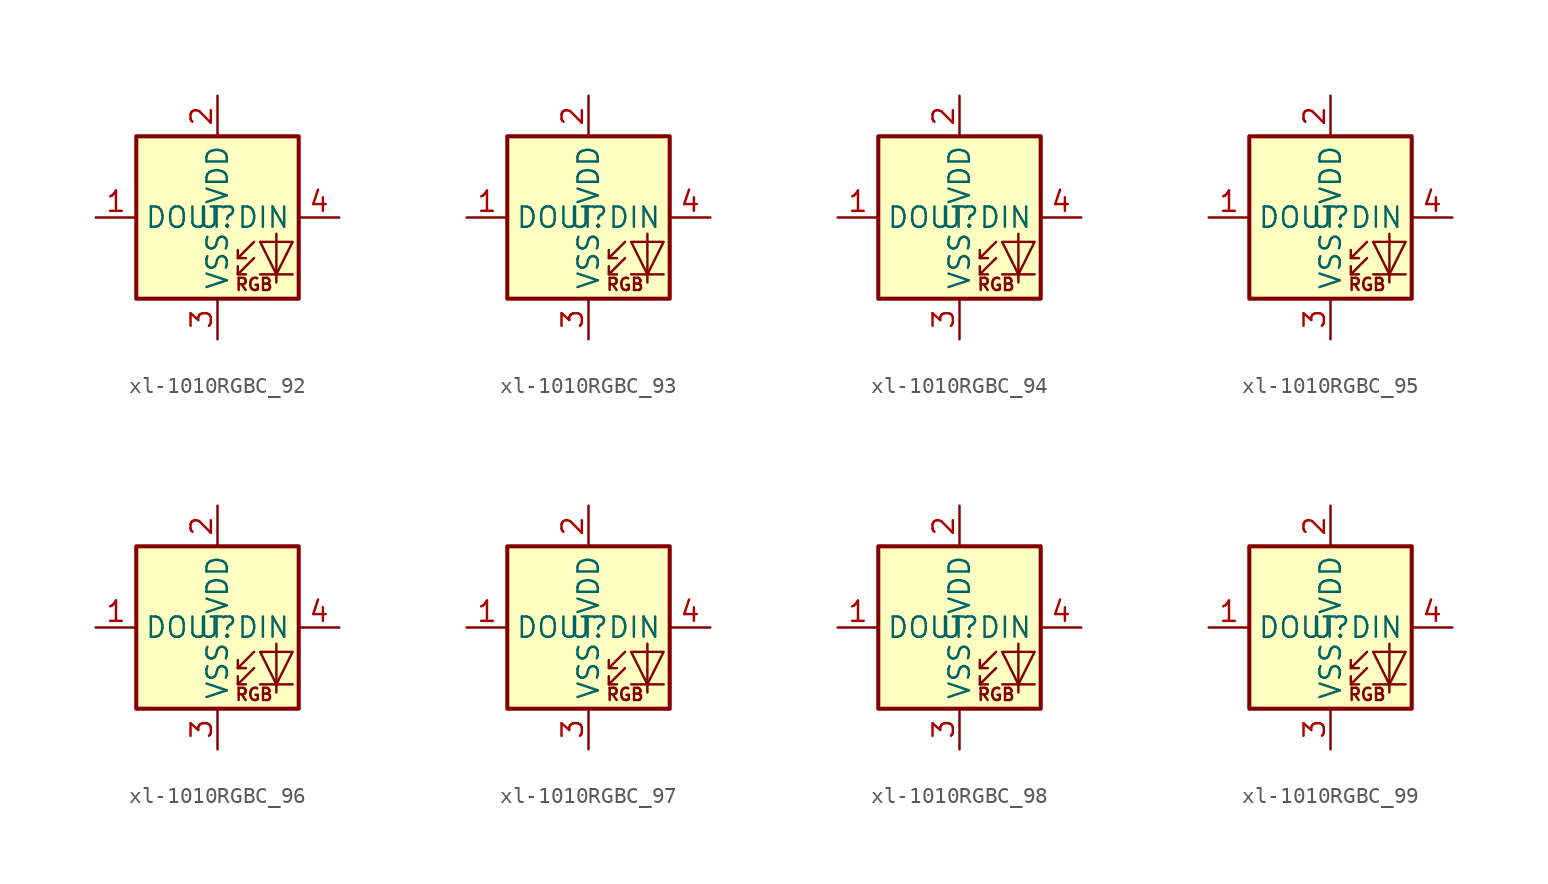
<source format=kicad_sym>
(kicad_symbol_lib
  (version 20231120)
  (generator "kicad_symbol_editor")
  (generator_version "8.0")
  (symbol "xl-1010RGBC_92"
    (property "Reference" "U"
      (at 0 0 0)
      (effects (font (size 1.27 1.27))))
    (property "Value" ""
      (at 0 0 0)
      (effects (font (size 1.27 1.27))))
    (symbol "xl-1010RGBC_92_0_0"
      (text "RGB" (at 2.286 -4.191 0) (effects (font (size 0.762 0.762)))))
    (symbol "xl-1010RGBC_92_0_1"
      (polyline (pts (xy 1.27 -3.556) (xy 1.778 -3.556)) (stroke (width 0) (type default)) (fill (type none)))
      (polyline (pts (xy 1.27 -2.54) (xy 1.778 -2.54)) (stroke (width 0) (type default)) (fill (type none)))
      (polyline (pts (xy 4.699 -3.556) (xy 2.667 -3.556)) (stroke (width 0) (type default)) (fill (type none)))
      (polyline (pts (xy 2.286 -2.54) (xy 1.27 -3.556) (xy 1.27 -3.048)) (stroke (width 0) (type default)) (fill (type none)))
      (polyline (pts (xy 2.286 -1.524) (xy 1.27 -2.54) (xy 1.27 -2.032)) (stroke (width 0) (type default)) (fill (type none)))
      (polyline (pts (xy 3.683 -1.016) (xy 3.683 -3.556) (xy 3.683 -4.064)) (stroke (width 0) (type default)) (fill (type none)))
      (polyline (pts (xy 4.699 -1.524) (xy 2.667 -1.524) (xy 3.683 -3.556) (xy 4.699 -1.524)) (stroke (width 0) (type default)) (fill (type none)))
      (rectangle (start 5.08 5.08) (end -5.08 -5.08) (stroke (width 0.254) (type default)) (fill (type background))))
    (symbol "xl-1010RGBC_92_1_1"
      (pin output line (at -7.62 0 0) (length 2.54) (name "DOUT" (effects (font (size 1.27 1.27)))) (number "1" (effects (font (size 1.27 1.27)))))
      (pin power_in line (at 0 7.62 270) (length 2.54) (name "VDD" (effects (font (size 1.27 1.27)))) (number "2" (effects (font (size 1.27 1.27)))))
      (pin power_in line (at 0 -7.62 90) (length 2.54) (name "VSS" (effects (font (size 1.27 1.27)))) (number "3" (effects (font (size 1.27 1.27)))))
      (pin input line (at 7.62 0 180) (length 2.54) (name "DIN" (effects (font (size 1.27 1.27)))) (number "4" (effects (font (size 1.27 1.27)))))))
  (symbol "xl-1010RGBC_93"
    (property "Reference" "U"
      (at 0 0 0)
      (effects (font (size 1.27 1.27))))
    (property "Value" ""
      (at 0 0 0)
      (effects (font (size 1.27 1.27))))
    (symbol "xl-1010RGBC_93_0_0"
      (text "RGB" (at 2.286 -4.191 0) (effects (font (size 0.762 0.762)))))
    (symbol "xl-1010RGBC_93_0_1"
      (polyline (pts (xy 1.27 -3.556) (xy 1.778 -3.556)) (stroke (width 0) (type default)) (fill (type none)))
      (polyline (pts (xy 1.27 -2.54) (xy 1.778 -2.54)) (stroke (width 0) (type default)) (fill (type none)))
      (polyline (pts (xy 4.699 -3.556) (xy 2.667 -3.556)) (stroke (width 0) (type default)) (fill (type none)))
      (polyline (pts (xy 2.286 -2.54) (xy 1.27 -3.556) (xy 1.27 -3.048)) (stroke (width 0) (type default)) (fill (type none)))
      (polyline (pts (xy 2.286 -1.524) (xy 1.27 -2.54) (xy 1.27 -2.032)) (stroke (width 0) (type default)) (fill (type none)))
      (polyline (pts (xy 3.683 -1.016) (xy 3.683 -3.556) (xy 3.683 -4.064)) (stroke (width 0) (type default)) (fill (type none)))
      (polyline (pts (xy 4.699 -1.524) (xy 2.667 -1.524) (xy 3.683 -3.556) (xy 4.699 -1.524)) (stroke (width 0) (type default)) (fill (type none)))
      (rectangle (start 5.08 5.08) (end -5.08 -5.08) (stroke (width 0.254) (type default)) (fill (type background))))
    (symbol "xl-1010RGBC_93_1_1"
      (pin output line (at -7.62 0 0) (length 2.54) (name "DOUT" (effects (font (size 1.27 1.27)))) (number "1" (effects (font (size 1.27 1.27)))))
      (pin power_in line (at 0 7.62 270) (length 2.54) (name "VDD" (effects (font (size 1.27 1.27)))) (number "2" (effects (font (size 1.27 1.27)))))
      (pin power_in line (at 0 -7.62 90) (length 2.54) (name "VSS" (effects (font (size 1.27 1.27)))) (number "3" (effects (font (size 1.27 1.27)))))
      (pin input line (at 7.62 0 180) (length 2.54) (name "DIN" (effects (font (size 1.27 1.27)))) (number "4" (effects (font (size 1.27 1.27)))))))
  (symbol "xl-1010RGBC_94"
    (property "Reference" "U"
      (at 0 0 0)
      (effects (font (size 1.27 1.27))))
    (property "Value" ""
      (at 0 0 0)
      (effects (font (size 1.27 1.27))))
    (symbol "xl-1010RGBC_94_0_0"
      (text "RGB" (at 2.286 -4.191 0) (effects (font (size 0.762 0.762)))))
    (symbol "xl-1010RGBC_94_0_1"
      (polyline (pts (xy 1.27 -3.556) (xy 1.778 -3.556)) (stroke (width 0) (type default)) (fill (type none)))
      (polyline (pts (xy 1.27 -2.54) (xy 1.778 -2.54)) (stroke (width 0) (type default)) (fill (type none)))
      (polyline (pts (xy 4.699 -3.556) (xy 2.667 -3.556)) (stroke (width 0) (type default)) (fill (type none)))
      (polyline (pts (xy 2.286 -2.54) (xy 1.27 -3.556) (xy 1.27 -3.048)) (stroke (width 0) (type default)) (fill (type none)))
      (polyline (pts (xy 2.286 -1.524) (xy 1.27 -2.54) (xy 1.27 -2.032)) (stroke (width 0) (type default)) (fill (type none)))
      (polyline (pts (xy 3.683 -1.016) (xy 3.683 -3.556) (xy 3.683 -4.064)) (stroke (width 0) (type default)) (fill (type none)))
      (polyline (pts (xy 4.699 -1.524) (xy 2.667 -1.524) (xy 3.683 -3.556) (xy 4.699 -1.524)) (stroke (width 0) (type default)) (fill (type none)))
      (rectangle (start 5.08 5.08) (end -5.08 -5.08) (stroke (width 0.254) (type default)) (fill (type background))))
    (symbol "xl-1010RGBC_94_1_1"
      (pin output line (at -7.62 0 0) (length 2.54) (name "DOUT" (effects (font (size 1.27 1.27)))) (number "1" (effects (font (size 1.27 1.27)))))
      (pin power_in line (at 0 7.62 270) (length 2.54) (name "VDD" (effects (font (size 1.27 1.27)))) (number "2" (effects (font (size 1.27 1.27)))))
      (pin power_in line (at 0 -7.62 90) (length 2.54) (name "VSS" (effects (font (size 1.27 1.27)))) (number "3" (effects (font (size 1.27 1.27)))))
      (pin input line (at 7.62 0 180) (length 2.54) (name "DIN" (effects (font (size 1.27 1.27)))) (number "4" (effects (font (size 1.27 1.27)))))))
  (symbol "xl-1010RGBC_95"
    (property "Reference" "U"
      (at 0 0 0)
      (effects (font (size 1.27 1.27))))
    (property "Value" ""
      (at 0 0 0)
      (effects (font (size 1.27 1.27))))
    (symbol "xl-1010RGBC_95_0_0"
      (text "RGB" (at 2.286 -4.191 0) (effects (font (size 0.762 0.762)))))
    (symbol "xl-1010RGBC_95_0_1"
      (polyline (pts (xy 1.27 -3.556) (xy 1.778 -3.556)) (stroke (width 0) (type default)) (fill (type none)))
      (polyline (pts (xy 1.27 -2.54) (xy 1.778 -2.54)) (stroke (width 0) (type default)) (fill (type none)))
      (polyline (pts (xy 4.699 -3.556) (xy 2.667 -3.556)) (stroke (width 0) (type default)) (fill (type none)))
      (polyline (pts (xy 2.286 -2.54) (xy 1.27 -3.556) (xy 1.27 -3.048)) (stroke (width 0) (type default)) (fill (type none)))
      (polyline (pts (xy 2.286 -1.524) (xy 1.27 -2.54) (xy 1.27 -2.032)) (stroke (width 0) (type default)) (fill (type none)))
      (polyline (pts (xy 3.683 -1.016) (xy 3.683 -3.556) (xy 3.683 -4.064)) (stroke (width 0) (type default)) (fill (type none)))
      (polyline (pts (xy 4.699 -1.524) (xy 2.667 -1.524) (xy 3.683 -3.556) (xy 4.699 -1.524)) (stroke (width 0) (type default)) (fill (type none)))
      (rectangle (start 5.08 5.08) (end -5.08 -5.08) (stroke (width 0.254) (type default)) (fill (type background))))
    (symbol "xl-1010RGBC_95_1_1"
      (pin output line (at -7.62 0 0) (length 2.54) (name "DOUT" (effects (font (size 1.27 1.27)))) (number "1" (effects (font (size 1.27 1.27)))))
      (pin power_in line (at 0 7.62 270) (length 2.54) (name "VDD" (effects (font (size 1.27 1.27)))) (number "2" (effects (font (size 1.27 1.27)))))
      (pin power_in line (at 0 -7.62 90) (length 2.54) (name "VSS" (effects (font (size 1.27 1.27)))) (number "3" (effects (font (size 1.27 1.27)))))
      (pin input line (at 7.62 0 180) (length 2.54) (name "DIN" (effects (font (size 1.27 1.27)))) (number "4" (effects (font (size 1.27 1.27)))))))
  (symbol "xl-1010RGBC_96"
    (property "Reference" "U"
      (at 0 0 0)
      (effects (font (size 1.27 1.27))))
    (property "Value" ""
      (at 0 0 0)
      (effects (font (size 1.27 1.27))))
    (symbol "xl-1010RGBC_96_0_0"
      (text "RGB" (at 2.286 -4.191 0) (effects (font (size 0.762 0.762)))))
    (symbol "xl-1010RGBC_96_0_1"
      (polyline (pts (xy 1.27 -3.556) (xy 1.778 -3.556)) (stroke (width 0) (type default)) (fill (type none)))
      (polyline (pts (xy 1.27 -2.54) (xy 1.778 -2.54)) (stroke (width 0) (type default)) (fill (type none)))
      (polyline (pts (xy 4.699 -3.556) (xy 2.667 -3.556)) (stroke (width 0) (type default)) (fill (type none)))
      (polyline (pts (xy 2.286 -2.54) (xy 1.27 -3.556) (xy 1.27 -3.048)) (stroke (width 0) (type default)) (fill (type none)))
      (polyline (pts (xy 2.286 -1.524) (xy 1.27 -2.54) (xy 1.27 -2.032)) (stroke (width 0) (type default)) (fill (type none)))
      (polyline (pts (xy 3.683 -1.016) (xy 3.683 -3.556) (xy 3.683 -4.064)) (stroke (width 0) (type default)) (fill (type none)))
      (polyline (pts (xy 4.699 -1.524) (xy 2.667 -1.524) (xy 3.683 -3.556) (xy 4.699 -1.524)) (stroke (width 0) (type default)) (fill (type none)))
      (rectangle (start 5.08 5.08) (end -5.08 -5.08) (stroke (width 0.254) (type default)) (fill (type background))))
    (symbol "xl-1010RGBC_96_1_1"
      (pin output line (at -7.62 0 0) (length 2.54) (name "DOUT" (effects (font (size 1.27 1.27)))) (number "1" (effects (font (size 1.27 1.27)))))
      (pin power_in line (at 0 7.62 270) (length 2.54) (name "VDD" (effects (font (size 1.27 1.27)))) (number "2" (effects (font (size 1.27 1.27)))))
      (pin power_in line (at 0 -7.62 90) (length 2.54) (name "VSS" (effects (font (size 1.27 1.27)))) (number "3" (effects (font (size 1.27 1.27)))))
      (pin input line (at 7.62 0 180) (length 2.54) (name "DIN" (effects (font (size 1.27 1.27)))) (number "4" (effects (font (size 1.27 1.27)))))))
  (symbol "xl-1010RGBC_97"
    (property "Reference" "U"
      (at 0 0 0)
      (effects (font (size 1.27 1.27))))
    (property "Value" ""
      (at 0 0 0)
      (effects (font (size 1.27 1.27))))
    (symbol "xl-1010RGBC_97_0_0"
      (text "RGB" (at 2.286 -4.191 0) (effects (font (size 0.762 0.762)))))
    (symbol "xl-1010RGBC_97_0_1"
      (polyline (pts (xy 1.27 -3.556) (xy 1.778 -3.556)) (stroke (width 0) (type default)) (fill (type none)))
      (polyline (pts (xy 1.27 -2.54) (xy 1.778 -2.54)) (stroke (width 0) (type default)) (fill (type none)))
      (polyline (pts (xy 4.699 -3.556) (xy 2.667 -3.556)) (stroke (width 0) (type default)) (fill (type none)))
      (polyline (pts (xy 2.286 -2.54) (xy 1.27 -3.556) (xy 1.27 -3.048)) (stroke (width 0) (type default)) (fill (type none)))
      (polyline (pts (xy 2.286 -1.524) (xy 1.27 -2.54) (xy 1.27 -2.032)) (stroke (width 0) (type default)) (fill (type none)))
      (polyline (pts (xy 3.683 -1.016) (xy 3.683 -3.556) (xy 3.683 -4.064)) (stroke (width 0) (type default)) (fill (type none)))
      (polyline (pts (xy 4.699 -1.524) (xy 2.667 -1.524) (xy 3.683 -3.556) (xy 4.699 -1.524)) (stroke (width 0) (type default)) (fill (type none)))
      (rectangle (start 5.08 5.08) (end -5.08 -5.08) (stroke (width 0.254) (type default)) (fill (type background))))
    (symbol "xl-1010RGBC_97_1_1"
      (pin output line (at -7.62 0 0) (length 2.54) (name "DOUT" (effects (font (size 1.27 1.27)))) (number "1" (effects (font (size 1.27 1.27)))))
      (pin power_in line (at 0 7.62 270) (length 2.54) (name "VDD" (effects (font (size 1.27 1.27)))) (number "2" (effects (font (size 1.27 1.27)))))
      (pin power_in line (at 0 -7.62 90) (length 2.54) (name "VSS" (effects (font (size 1.27 1.27)))) (number "3" (effects (font (size 1.27 1.27)))))
      (pin input line (at 7.62 0 180) (length 2.54) (name "DIN" (effects (font (size 1.27 1.27)))) (number "4" (effects (font (size 1.27 1.27)))))))
  (symbol "xl-1010RGBC_98"
    (property "Reference" "U"
      (at 0 0 0)
      (effects (font (size 1.27 1.27))))
    (property "Value" ""
      (at 0 0 0)
      (effects (font (size 1.27 1.27))))
    (symbol "xl-1010RGBC_98_0_0"
      (text "RGB" (at 2.286 -4.191 0) (effects (font (size 0.762 0.762)))))
    (symbol "xl-1010RGBC_98_0_1"
      (polyline (pts (xy 1.27 -3.556) (xy 1.778 -3.556)) (stroke (width 0) (type default)) (fill (type none)))
      (polyline (pts (xy 1.27 -2.54) (xy 1.778 -2.54)) (stroke (width 0) (type default)) (fill (type none)))
      (polyline (pts (xy 4.699 -3.556) (xy 2.667 -3.556)) (stroke (width 0) (type default)) (fill (type none)))
      (polyline (pts (xy 2.286 -2.54) (xy 1.27 -3.556) (xy 1.27 -3.048)) (stroke (width 0) (type default)) (fill (type none)))
      (polyline (pts (xy 2.286 -1.524) (xy 1.27 -2.54) (xy 1.27 -2.032)) (stroke (width 0) (type default)) (fill (type none)))
      (polyline (pts (xy 3.683 -1.016) (xy 3.683 -3.556) (xy 3.683 -4.064)) (stroke (width 0) (type default)) (fill (type none)))
      (polyline (pts (xy 4.699 -1.524) (xy 2.667 -1.524) (xy 3.683 -3.556) (xy 4.699 -1.524)) (stroke (width 0) (type default)) (fill (type none)))
      (rectangle (start 5.08 5.08) (end -5.08 -5.08) (stroke (width 0.254) (type default)) (fill (type background))))
    (symbol "xl-1010RGBC_98_1_1"
      (pin output line (at -7.62 0 0) (length 2.54) (name "DOUT" (effects (font (size 1.27 1.27)))) (number "1" (effects (font (size 1.27 1.27)))))
      (pin power_in line (at 0 7.62 270) (length 2.54) (name "VDD" (effects (font (size 1.27 1.27)))) (number "2" (effects (font (size 1.27 1.27)))))
      (pin power_in line (at 0 -7.62 90) (length 2.54) (name "VSS" (effects (font (size 1.27 1.27)))) (number "3" (effects (font (size 1.27 1.27)))))
      (pin input line (at 7.62 0 180) (length 2.54) (name "DIN" (effects (font (size 1.27 1.27)))) (number "4" (effects (font (size 1.27 1.27)))))))
  (symbol "xl-1010RGBC_99"
    (property "Reference" "U"
      (at 0 0 0)
      (effects (font (size 1.27 1.27))))
    (property "Value" ""
      (at 0 0 0)
      (effects (font (size 1.27 1.27))))
    (symbol "xl-1010RGBC_99_0_0"
      (text "RGB" (at 2.286 -4.191 0) (effects (font (size 0.762 0.762)))))
    (symbol "xl-1010RGBC_99_0_1"
      (polyline (pts (xy 1.27 -3.556) (xy 1.778 -3.556)) (stroke (width 0) (type default)) (fill (type none)))
      (polyline (pts (xy 1.27 -2.54) (xy 1.778 -2.54)) (stroke (width 0) (type default)) (fill (type none)))
      (polyline (pts (xy 4.699 -3.556) (xy 2.667 -3.556)) (stroke (width 0) (type default)) (fill (type none)))
      (polyline (pts (xy 2.286 -2.54) (xy 1.27 -3.556) (xy 1.27 -3.048)) (stroke (width 0) (type default)) (fill (type none)))
      (polyline (pts (xy 2.286 -1.524) (xy 1.27 -2.54) (xy 1.27 -2.032)) (stroke (width 0) (type default)) (fill (type none)))
      (polyline (pts (xy 3.683 -1.016) (xy 3.683 -3.556) (xy 3.683 -4.064)) (stroke (width 0) (type default)) (fill (type none)))
      (polyline (pts (xy 4.699 -1.524) (xy 2.667 -1.524) (xy 3.683 -3.556) (xy 4.699 -1.524)) (stroke (width 0) (type default)) (fill (type none)))
      (rectangle (start 5.08 5.08) (end -5.08 -5.08) (stroke (width 0.254) (type default)) (fill (type background))))
    (symbol "xl-1010RGBC_99_1_1"
      (pin output line (at -7.62 0 0) (length 2.54) (name "DOUT" (effects (font (size 1.27 1.27)))) (number "1" (effects (font (size 1.27 1.27)))))
      (pin power_in line (at 0 7.62 270) (length 2.54) (name "VDD" (effects (font (size 1.27 1.27)))) (number "2" (effects (font (size 1.27 1.27)))))
      (pin power_in line (at 0 -7.62 90) (length 2.54) (name "VSS" (effects (font (size 1.27 1.27)))) (number "3" (effects (font (size 1.27 1.27)))))
      (pin input line (at 7.62 0 180) (length 2.54) (name "DIN" (effects (font (size 1.27 1.27)))) (number "4" (effects (font (size 1.27 1.27))))))))
</source>
